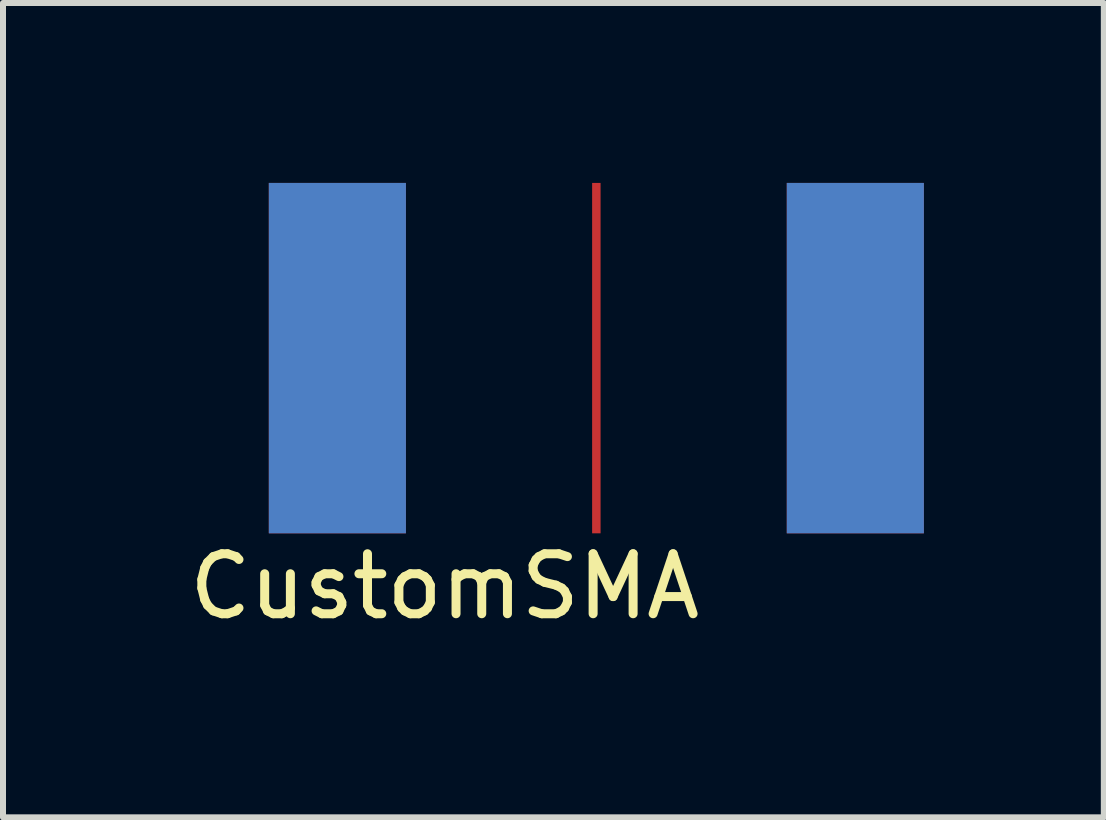
<source format=kicad_pcb>
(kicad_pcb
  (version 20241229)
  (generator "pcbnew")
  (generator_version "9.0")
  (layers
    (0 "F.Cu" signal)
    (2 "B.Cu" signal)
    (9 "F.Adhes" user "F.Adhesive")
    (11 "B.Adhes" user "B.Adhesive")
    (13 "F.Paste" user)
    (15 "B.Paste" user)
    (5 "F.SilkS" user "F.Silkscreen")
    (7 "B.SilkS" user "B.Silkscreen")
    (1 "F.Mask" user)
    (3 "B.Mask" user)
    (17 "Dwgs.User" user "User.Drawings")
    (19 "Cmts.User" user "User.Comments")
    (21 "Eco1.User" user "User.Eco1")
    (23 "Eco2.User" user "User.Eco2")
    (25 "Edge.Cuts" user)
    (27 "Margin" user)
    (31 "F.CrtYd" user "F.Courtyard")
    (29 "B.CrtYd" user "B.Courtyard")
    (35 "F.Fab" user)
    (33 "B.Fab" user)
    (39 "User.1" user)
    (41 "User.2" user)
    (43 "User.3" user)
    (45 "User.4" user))
  (footprint "CustomSMA"
    (layer "F.Cu")
    (at 6.893 2.921)
    (property "Reference" "CustomSMA" (at -2.53 3.807 0) (layer "F.SilkS") (effects (font (size 1 1) (thickness 0.15))))
    (attr through_hole)
    (pad "1" smd rect (at 0 0) (size 0.141 5.842) (layers "F.Cu" "F.Mask" "F.Paste"))
    (pad "2" smd rect (at -4.318 0) (size 2.286 5.842) (layers "F.Cu" "F.Mask" "F.Paste"))
    (pad "2" smd rect (at -4.318 0) (size 2.286 5.842) (layers "B.Cu" "B.Mask" "B.Paste"))
    (pad "2" smd rect (at 4.318 0) (size 2.286 5.842) (layers "F.Cu" "F.Mask" "F.Paste"))
    (pad "2" smd rect (at 4.318 0) (size 2.286 5.842) (layers "B.Cu" "B.Mask" "B.Paste")))
  (gr_rect
    (start -3 -3)
    (end 15.354 10.577)
    (stroke (width 0.1) (type default))
    (fill no)
    (layer "Edge.Cuts")))
</source>
